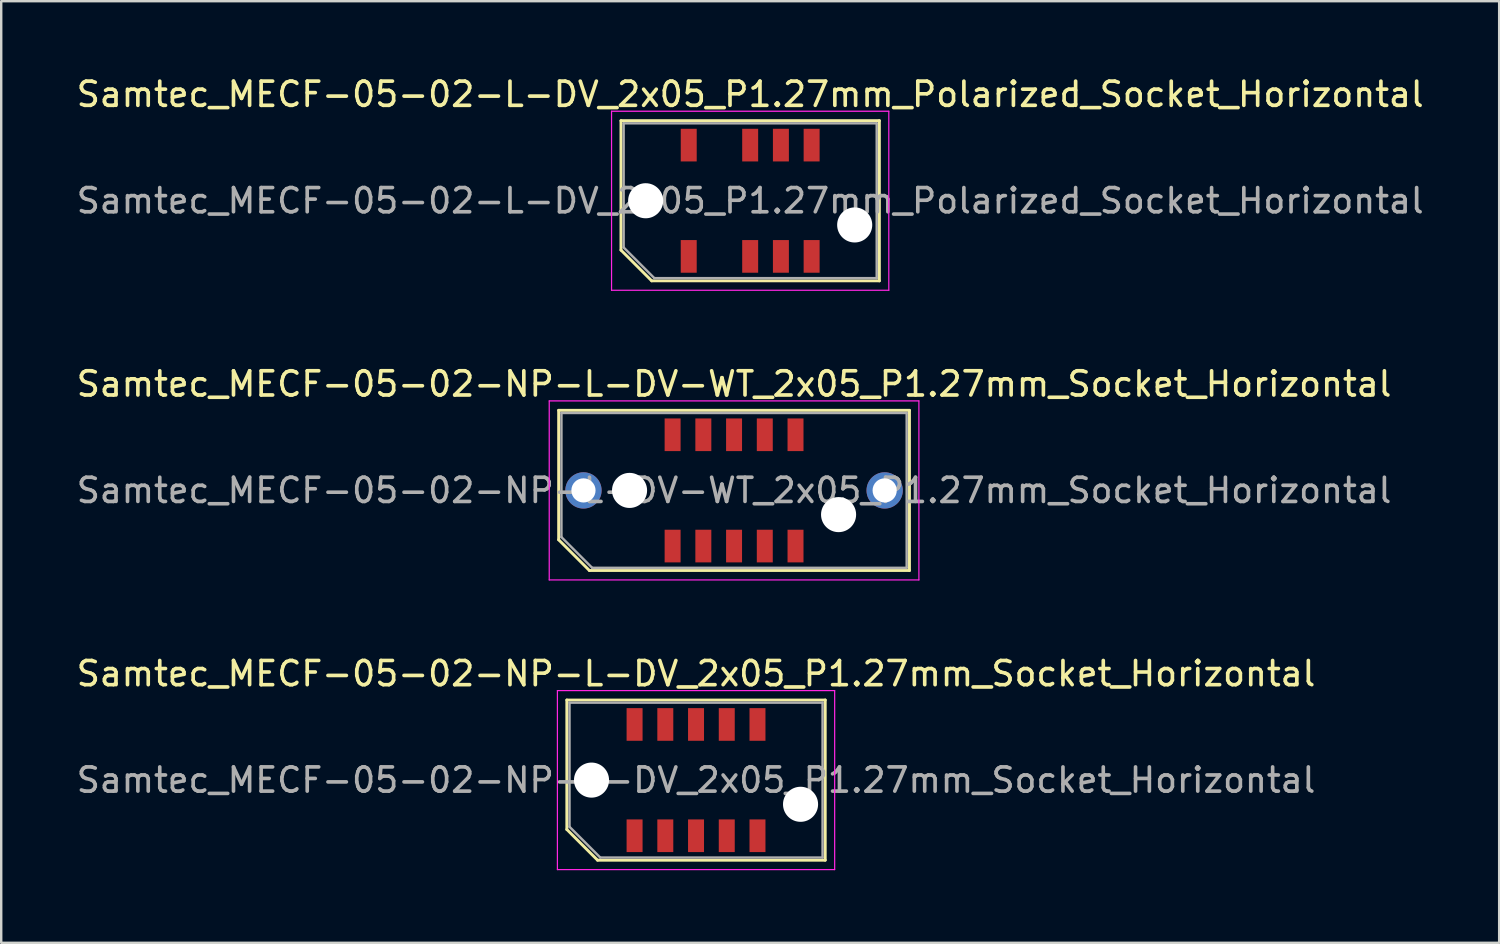
<source format=kicad_pcb>
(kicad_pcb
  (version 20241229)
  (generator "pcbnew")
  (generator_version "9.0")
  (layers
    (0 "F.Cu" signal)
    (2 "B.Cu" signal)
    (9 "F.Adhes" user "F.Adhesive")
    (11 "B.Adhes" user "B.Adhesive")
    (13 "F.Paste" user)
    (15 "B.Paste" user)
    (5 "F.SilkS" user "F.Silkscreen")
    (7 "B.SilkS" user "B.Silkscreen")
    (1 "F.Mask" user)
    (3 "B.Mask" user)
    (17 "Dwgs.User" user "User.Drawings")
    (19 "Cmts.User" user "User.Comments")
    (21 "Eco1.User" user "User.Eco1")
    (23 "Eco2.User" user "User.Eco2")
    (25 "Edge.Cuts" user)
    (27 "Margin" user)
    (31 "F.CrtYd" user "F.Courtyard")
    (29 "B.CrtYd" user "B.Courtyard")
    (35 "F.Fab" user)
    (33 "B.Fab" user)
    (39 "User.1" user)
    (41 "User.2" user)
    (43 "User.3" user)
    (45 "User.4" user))
  (footprint "Samtec_MECF-05-02-NP-L-DV_2x05_P1.27mm_Socket_Horizontal"
    (layer "F.Cu")
    (at 25.72 29.195)
    (property "Reference" "Samtec_MECF-05-02-NP-L-DV_2x05_P1.27mm_Socket_Horizontal" (at 0 -4.4 0) (layer "F.SilkS") (effects (font (size 1 1) (thickness 0.15))))
    (attr smd)
    (fp_line (start -5.34 -3.31) (end 5.34 -3.31) (stroke (width 0.12) (type solid)) (layer "F.SilkS"))
    (fp_line (start -5.34 2.04) (end -5.34 -3.31) (stroke (width 0.12) (type solid)) (layer "F.SilkS"))
    (fp_line (start -4.07 3.31) (end -5.34 2.04) (stroke (width 0.12) (type solid)) (layer "F.SilkS"))
    (fp_line (start -4.07 3.31) (end 5.34 3.31) (stroke (width 0.12) (type solid)) (layer "F.SilkS"))
    (fp_line (start 5.34 3.31) (end 5.34 -3.31) (stroke (width 0.12) (type solid)) (layer "F.SilkS"))
    (fp_line (start -5.73 -3.7) (end -5.73 3.7) (stroke (width 0.05) (type solid)) (layer "F.CrtYd"))
    (fp_line (start -5.73 3.7) (end 5.73 3.7) (stroke (width 0.05) (type solid)) (layer "F.CrtYd"))
    (fp_line (start 5.73 -3.7) (end -5.73 -3.7) (stroke (width 0.05) (type solid)) (layer "F.CrtYd"))
    (fp_line (start 5.73 3.7) (end 5.73 -3.7) (stroke (width 0.05) (type solid)) (layer "F.CrtYd"))
    (fp_line (start -5.23 -3.2) (end 5.23 -3.2) (stroke (width 0.1) (type solid)) (layer "F.Fab"))
    (fp_line (start -5.23 1.93) (end -5.23 -3.2) (stroke (width 0.1) (type solid)) (layer "F.Fab"))
    (fp_line (start -5.23 1.93) (end -3.96 3.2) (stroke (width 0.1) (type solid)) (layer "F.Fab"))
    (fp_line (start -3.96 3.2) (end 5.23 3.2) (stroke (width 0.1) (type solid)) (layer "F.Fab"))
    (fp_line (start 5.23 3.2) (end 5.23 -3.2) (stroke (width 0.1) (type solid)) (layer "F.Fab"))
    (fp_text user "${REFERENCE}" (at 0 0 0) (layer "F.Fab") (effects (font (size 1 1) (thickness 0.15))))
    (pad "" np_thru_hole circle (at -4.32 0) (size 1.45 1.45) (drill 1.45) (layers "*.Cu" "*.Mask"))
    (pad "" np_thru_hole circle (at 4.32 1) (size 1.45 1.45) (drill 1.45) (layers "*.Cu" "*.Mask"))
    (pad "1" smd rect (at -2.54 2.3) (size 0.66 1.35) (layers "F.Cu" "F.Mask" "F.Paste"))
    (pad "2" smd rect (at -2.54 -2.3) (size 0.66 1.35) (layers "F.Cu" "F.Mask" "F.Paste"))
    (pad "3" smd rect (at -1.27 2.3) (size 0.66 1.35) (layers "F.Cu" "F.Mask" "F.Paste"))
    (pad "4" smd rect (at -1.27 -2.3) (size 0.66 1.35) (layers "F.Cu" "F.Mask" "F.Paste"))
    (pad "5" smd rect (at 0 2.3) (size 0.66 1.35) (layers "F.Cu" "F.Mask" "F.Paste"))
    (pad "6" smd rect (at 0 -2.3) (size 0.66 1.35) (layers "F.Cu" "F.Mask" "F.Paste"))
    (pad "7" smd rect (at 1.27 2.3) (size 0.66 1.35) (layers "F.Cu" "F.Mask" "F.Paste"))
    (pad "8" smd rect (at 1.27 -2.3) (size 0.66 1.35) (layers "F.Cu" "F.Mask" "F.Paste"))
    (pad "9" smd rect (at 2.54 2.3) (size 0.66 1.35) (layers "F.Cu" "F.Mask" "F.Paste"))
    (pad "10" smd rect (at 2.54 -2.3) (size 0.66 1.35) (layers "F.Cu" "F.Mask" "F.Paste")))
  (footprint "Samtec_MECF-05-02-L-DV_2x05_P1.27mm_Polarized_Socket_Horizontal"
    (layer "F.Cu")
    (at 27.958 5.248)
    (property "Reference" "Samtec_MECF-05-02-L-DV_2x05_P1.27mm_Polarized_Socket_Horizontal" (at 0 -4.4 0) (layer "F.SilkS") (effects (font (size 1 1) (thickness 0.15))))
    (attr smd)
    (fp_line (start -5.34 -3.31) (end 5.34 -3.31) (stroke (width 0.12) (type solid)) (layer "F.SilkS"))
    (fp_line (start -5.34 2.04) (end -5.34 -3.31) (stroke (width 0.12) (type solid)) (layer "F.SilkS"))
    (fp_line (start -4.07 3.31) (end -5.34 2.04) (stroke (width 0.12) (type solid)) (layer "F.SilkS"))
    (fp_line (start -4.07 3.31) (end 5.34 3.31) (stroke (width 0.12) (type solid)) (layer "F.SilkS"))
    (fp_line (start 5.34 3.31) (end 5.34 -3.31) (stroke (width 0.12) (type solid)) (layer "F.SilkS"))
    (fp_line (start -5.73 -3.7) (end -5.73 3.7) (stroke (width 0.05) (type solid)) (layer "F.CrtYd"))
    (fp_line (start -5.73 3.7) (end 5.73 3.7) (stroke (width 0.05) (type solid)) (layer "F.CrtYd"))
    (fp_line (start 5.73 -3.7) (end -5.73 -3.7) (stroke (width 0.05) (type solid)) (layer "F.CrtYd"))
    (fp_line (start 5.73 3.7) (end 5.73 -3.7) (stroke (width 0.05) (type solid)) (layer "F.CrtYd"))
    (fp_line (start -5.23 -3.2) (end 5.23 -3.2) (stroke (width 0.1) (type solid)) (layer "F.Fab"))
    (fp_line (start -5.23 1.93) (end -5.23 -3.2) (stroke (width 0.1) (type solid)) (layer "F.Fab"))
    (fp_line (start -5.23 1.93) (end -3.96 3.2) (stroke (width 0.1) (type solid)) (layer "F.Fab"))
    (fp_line (start -3.96 3.2) (end 5.23 3.2) (stroke (width 0.1) (type solid)) (layer "F.Fab"))
    (fp_line (start 5.23 3.2) (end 5.23 -3.2) (stroke (width 0.1) (type solid)) (layer "F.Fab"))
    (fp_text user "${REFERENCE}" (at 0 0 0) (layer "F.Fab") (effects (font (size 1 1) (thickness 0.15))))
    (pad "" np_thru_hole circle (at -4.32 0) (size 1.45 1.45) (drill 1.45) (layers "*.Cu" "*.Mask"))
    (pad "" np_thru_hole circle (at 4.32 1) (size 1.45 1.45) (drill 1.45) (layers "*.Cu" "*.Mask"))
    (pad "1" smd rect (at -2.54 2.3) (size 0.66 1.35) (layers "F.Cu" "F.Mask" "F.Paste"))
    (pad "2" smd rect (at -2.54 -2.3) (size 0.66 1.35) (layers "F.Cu" "F.Mask" "F.Paste"))
    (pad "5" smd rect (at 0 2.3) (size 0.66 1.35) (layers "F.Cu" "F.Mask" "F.Paste"))
    (pad "6" smd rect (at 0 -2.3) (size 0.66 1.35) (layers "F.Cu" "F.Mask" "F.Paste"))
    (pad "7" smd rect (at 1.27 2.3) (size 0.66 1.35) (layers "F.Cu" "F.Mask" "F.Paste"))
    (pad "8" smd rect (at 1.27 -2.3) (size 0.66 1.35) (layers "F.Cu" "F.Mask" "F.Paste"))
    (pad "9" smd rect (at 2.54 2.3) (size 0.66 1.35) (layers "F.Cu" "F.Mask" "F.Paste"))
    (pad "10" smd rect (at 2.54 -2.3) (size 0.66 1.35) (layers "F.Cu" "F.Mask" "F.Paste")))
  (footprint "Samtec_MECF-05-02-NP-L-DV-WT_2x05_P1.27mm_Socket_Horizontal"
    (layer "F.Cu")
    (at 27.292 17.221)
    (property "Reference" "Samtec_MECF-05-02-NP-L-DV-WT_2x05_P1.27mm_Socket_Horizontal" (at 0 -4.4 0) (layer "F.SilkS") (effects (font (size 1 1) (thickness 0.15))))
    (attr smd)
    (fp_line (start -7.25 -3.31) (end 7.25 -3.31) (stroke (width 0.12) (type solid)) (layer "F.SilkS"))
    (fp_line (start -7.25 2.04) (end -7.25 -3.31) (stroke (width 0.12) (type solid)) (layer "F.SilkS"))
    (fp_line (start -5.98 3.31) (end -7.25 2.04) (stroke (width 0.12) (type solid)) (layer "F.SilkS"))
    (fp_line (start -5.98 3.31) (end 7.25 3.31) (stroke (width 0.12) (type solid)) (layer "F.SilkS"))
    (fp_line (start 7.25 3.31) (end 7.25 -3.31) (stroke (width 0.12) (type solid)) (layer "F.SilkS"))
    (fp_line (start -7.64 -3.7) (end -7.64 3.7) (stroke (width 0.05) (type solid)) (layer "F.CrtYd"))
    (fp_line (start -7.64 3.7) (end 7.64 3.7) (stroke (width 0.05) (type solid)) (layer "F.CrtYd"))
    (fp_line (start 7.64 -3.7) (end -7.64 -3.7) (stroke (width 0.05) (type solid)) (layer "F.CrtYd"))
    (fp_line (start 7.64 3.7) (end 7.64 -3.7) (stroke (width 0.05) (type solid)) (layer "F.CrtYd"))
    (fp_line (start -7.135 -3.2) (end 7.135 -3.2) (stroke (width 0.1) (type solid)) (layer "F.Fab"))
    (fp_line (start -7.135 1.93) (end -7.135 -3.2) (stroke (width 0.1) (type solid)) (layer "F.Fab"))
    (fp_line (start -7.135 1.93) (end -5.865 3.2) (stroke (width 0.1) (type solid)) (layer "F.Fab"))
    (fp_line (start -5.865 3.2) (end 7.135 3.2) (stroke (width 0.1) (type solid)) (layer "F.Fab"))
    (fp_line (start 7.135 3.2) (end 7.135 -3.2) (stroke (width 0.1) (type solid)) (layer "F.Fab"))
    (fp_text user "${REFERENCE}" (at 0 0 0) (layer "F.Fab") (effects (font (size 1 1) (thickness 0.15))))
    (pad "" thru_hole circle (at -6.225 0) (size 1.5 1.5) (drill 1) (layers "*.Cu" "*.Mask"))
    (pad "" np_thru_hole circle (at -4.32 0) (size 1.45 1.45) (drill 1.45) (layers "*.Cu" "*.Mask"))
    (pad "" np_thru_hole circle (at 4.32 1) (size 1.45 1.45) (drill 1.45) (layers "*.Cu" "*.Mask"))
    (pad "" thru_hole circle (at 6.225 0) (size 1.5 1.5) (drill 1) (layers "*.Cu" "*.Mask"))
    (pad "1" smd rect (at -2.54 2.3) (size 0.66 1.35) (layers "F.Cu" "F.Mask" "F.Paste"))
    (pad "2" smd rect (at -2.54 -2.3) (size 0.66 1.35) (layers "F.Cu" "F.Mask" "F.Paste"))
    (pad "3" smd rect (at -1.27 2.3) (size 0.66 1.35) (layers "F.Cu" "F.Mask" "F.Paste"))
    (pad "4" smd rect (at -1.27 -2.3) (size 0.66 1.35) (layers "F.Cu" "F.Mask" "F.Paste"))
    (pad "5" smd rect (at 0 2.3) (size 0.66 1.35) (layers "F.Cu" "F.Mask" "F.Paste"))
    (pad "6" smd rect (at 0 -2.3) (size 0.66 1.35) (layers "F.Cu" "F.Mask" "F.Paste"))
    (pad "7" smd rect (at 1.27 2.3) (size 0.66 1.35) (layers "F.Cu" "F.Mask" "F.Paste"))
    (pad "8" smd rect (at 1.27 -2.3) (size 0.66 1.35) (layers "F.Cu" "F.Mask" "F.Paste"))
    (pad "9" smd rect (at 2.54 2.3) (size 0.66 1.35) (layers "F.Cu" "F.Mask" "F.Paste"))
    (pad "10" smd rect (at 2.54 -2.3) (size 0.66 1.35) (layers "F.Cu" "F.Mask" "F.Paste")))
  (gr_rect
    (start -3 -3)
    (end 58.917 35.92)
    (stroke (width 0.1) (type default))
    (fill no)
    (layer "Edge.Cuts")))
</source>
